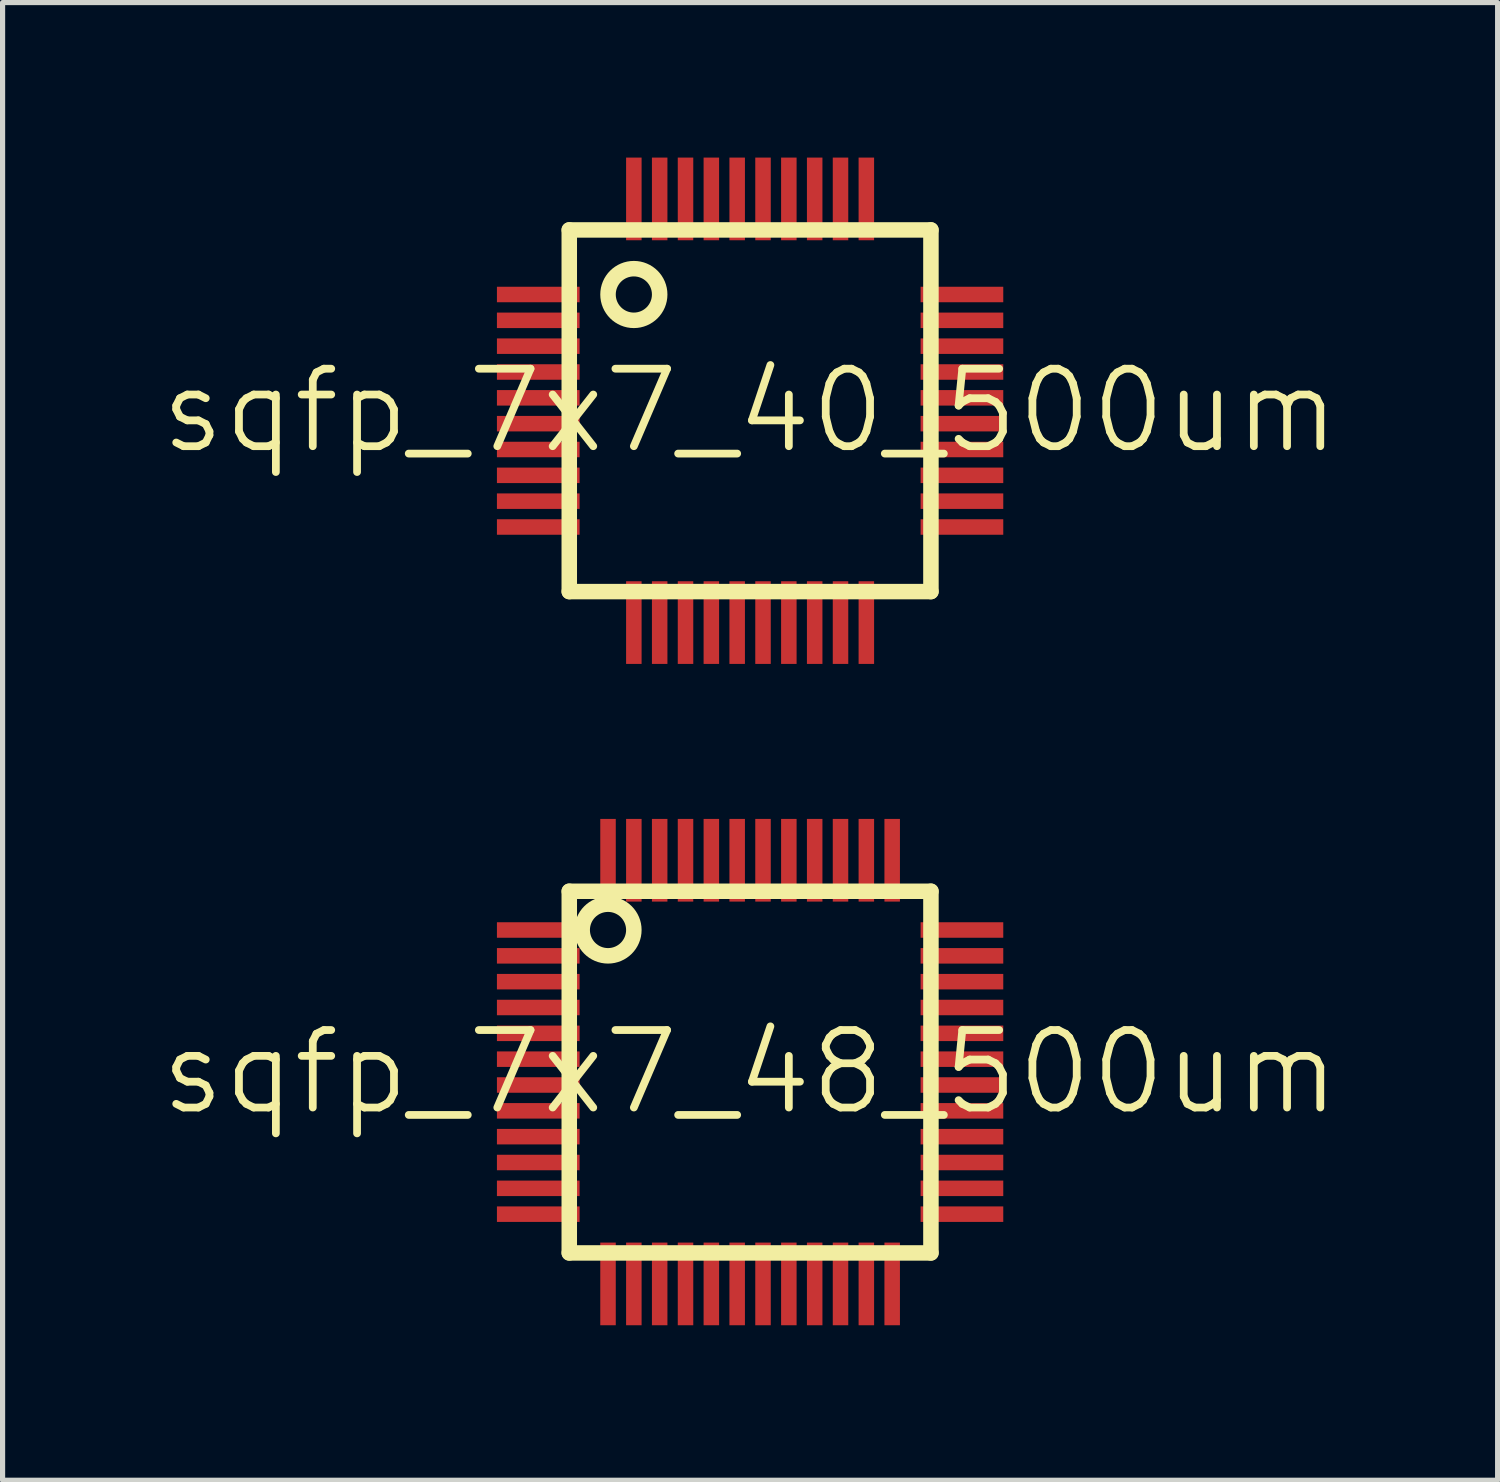
<source format=kicad_pcb>
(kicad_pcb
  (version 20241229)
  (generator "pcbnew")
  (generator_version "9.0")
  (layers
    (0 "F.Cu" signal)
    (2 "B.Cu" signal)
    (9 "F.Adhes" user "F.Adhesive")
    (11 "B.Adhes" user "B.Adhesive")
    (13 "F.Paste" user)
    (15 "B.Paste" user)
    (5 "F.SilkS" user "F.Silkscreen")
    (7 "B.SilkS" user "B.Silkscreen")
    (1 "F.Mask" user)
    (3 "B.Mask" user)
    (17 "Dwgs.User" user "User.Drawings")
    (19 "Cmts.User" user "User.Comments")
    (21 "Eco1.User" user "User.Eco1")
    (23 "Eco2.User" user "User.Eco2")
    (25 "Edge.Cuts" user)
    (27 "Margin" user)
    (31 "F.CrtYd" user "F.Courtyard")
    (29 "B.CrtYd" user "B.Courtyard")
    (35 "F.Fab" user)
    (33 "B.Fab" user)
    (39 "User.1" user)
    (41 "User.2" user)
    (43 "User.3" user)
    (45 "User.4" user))
  (footprint "sqfp_7x7_48_500um"
    (layer "F.Cu")
    (at 11.468 17.7)
    (property "Reference" "sqfp_7x7_48_500um" (at 0 0 0) (layer "F.SilkS") (effects (font (size 1.5 1.5) (thickness 0.15))))
    (attr through_hole)
    (fp_line (start -3.5 -3.5) (end 3.5 -3.5) (stroke (width 0.3) (type solid)) (layer "F.SilkS"))
    (fp_line (start -3.5 3.5) (end -3.5 -3.5) (stroke (width 0.3) (type solid)) (layer "F.SilkS"))
    (fp_line (start 3.5 -3.5) (end 3.5 3.5) (stroke (width 0.3) (type solid)) (layer "F.SilkS"))
    (fp_line (start 3.5 3.5) (end -3.5 3.5) (stroke (width 0.3) (type solid)) (layer "F.SilkS"))
    (fp_circle (center -2.75 -2.75) (end -2.25 -2.75) (stroke (width 0.3) (type solid)) (fill no) (layer "F.SilkS"))
    (pad "1" smd rect (at -4.1 -2.75 90) (size 0.3 1.6) (layers "F.Cu" "F.Mask" "F.Paste"))
    (pad "2" smd rect (at -4.1 -2.25 90) (size 0.3 1.6) (layers "F.Cu" "F.Mask" "F.Paste"))
    (pad "3" smd rect (at -4.1 -1.75 90) (size 0.3 1.6) (layers "F.Cu" "F.Mask" "F.Paste"))
    (pad "4" smd rect (at -4.1 -1.25 90) (size 0.3 1.6) (layers "F.Cu" "F.Mask" "F.Paste"))
    (pad "5" smd rect (at -4.1 -0.75 90) (size 0.3 1.6) (layers "F.Cu" "F.Mask" "F.Paste"))
    (pad "6" smd rect (at -4.1 -0.25 90) (size 0.3 1.6) (layers "F.Cu" "F.Mask" "F.Paste"))
    (pad "7" smd rect (at -4.1 0.25 90) (size 0.3 1.6) (layers "F.Cu" "F.Mask" "F.Paste"))
    (pad "8" smd rect (at -4.1 0.75 90) (size 0.3 1.6) (layers "F.Cu" "F.Mask" "F.Paste"))
    (pad "9" smd rect (at -4.1 1.25 90) (size 0.3 1.6) (layers "F.Cu" "F.Mask" "F.Paste"))
    (pad "10" smd rect (at -4.1 1.75 90) (size 0.3 1.6) (layers "F.Cu" "F.Mask" "F.Paste"))
    (pad "11" smd rect (at -4.1 2.25 90) (size 0.3 1.6) (layers "F.Cu" "F.Mask" "F.Paste"))
    (pad "12" smd rect (at -4.1 2.75 90) (size 0.3 1.6) (layers "F.Cu" "F.Mask" "F.Paste"))
    (pad "13" smd rect (at -2.75 4.1) (size 0.3 1.6) (layers "F.Cu" "F.Mask" "F.Paste"))
    (pad "14" smd rect (at -2.25 4.1) (size 0.3 1.6) (layers "F.Cu" "F.Mask" "F.Paste"))
    (pad "15" smd rect (at -1.75 4.1) (size 0.3 1.6) (layers "F.Cu" "F.Mask" "F.Paste"))
    (pad "16" smd rect (at -1.25 4.1) (size 0.3 1.6) (layers "F.Cu" "F.Mask" "F.Paste"))
    (pad "17" smd rect (at -0.75 4.1) (size 0.3 1.6) (layers "F.Cu" "F.Mask" "F.Paste"))
    (pad "18" smd rect (at -0.25 4.1) (size 0.3 1.6) (layers "F.Cu" "F.Mask" "F.Paste"))
    (pad "19" smd rect (at 0.25 4.1) (size 0.3 1.6) (layers "F.Cu" "F.Mask" "F.Paste"))
    (pad "20" smd rect (at 0.75 4.1) (size 0.3 1.6) (layers "F.Cu" "F.Mask" "F.Paste"))
    (pad "21" smd rect (at 1.25 4.1) (size 0.3 1.6) (layers "F.Cu" "F.Mask" "F.Paste"))
    (pad "22" smd rect (at 1.75 4.1) (size 0.3 1.6) (layers "F.Cu" "F.Mask" "F.Paste"))
    (pad "23" smd rect (at 2.25 4.1) (size 0.3 1.6) (layers "F.Cu" "F.Mask" "F.Paste"))
    (pad "24" smd rect (at 2.75 4.1) (size 0.3 1.6) (layers "F.Cu" "F.Mask" "F.Paste"))
    (pad "25" smd rect (at 4.1 2.75 90) (size 0.3 1.6) (layers "F.Cu" "F.Mask" "F.Paste"))
    (pad "26" smd rect (at 4.1 2.25 90) (size 0.3 1.6) (layers "F.Cu" "F.Mask" "F.Paste"))
    (pad "27" smd rect (at 4.1 1.75 90) (size 0.3 1.6) (layers "F.Cu" "F.Mask" "F.Paste"))
    (pad "28" smd rect (at 4.1 1.25 90) (size 0.3 1.6) (layers "F.Cu" "F.Mask" "F.Paste"))
    (pad "29" smd rect (at 4.1 0.75 90) (size 0.3 1.6) (layers "F.Cu" "F.Mask" "F.Paste"))
    (pad "30" smd rect (at 4.1 0.25 90) (size 0.3 1.6) (layers "F.Cu" "F.Mask" "F.Paste"))
    (pad "31" smd rect (at 4.1 -0.25 90) (size 0.3 1.6) (layers "F.Cu" "F.Mask" "F.Paste"))
    (pad "32" smd rect (at 4.1 -0.75 90) (size 0.3 1.6) (layers "F.Cu" "F.Mask" "F.Paste"))
    (pad "33" smd rect (at 4.1 -1.25 90) (size 0.3 1.6) (layers "F.Cu" "F.Mask" "F.Paste"))
    (pad "34" smd rect (at 4.1 -1.75 90) (size 0.3 1.6) (layers "F.Cu" "F.Mask" "F.Paste"))
    (pad "35" smd rect (at 4.1 -2.25 90) (size 0.3 1.6) (layers "F.Cu" "F.Mask" "F.Paste"))
    (pad "36" smd rect (at 4.1 -2.75 90) (size 0.3 1.6) (layers "F.Cu" "F.Mask" "F.Paste"))
    (pad "37" smd rect (at 2.75 -4.1) (size 0.3 1.6) (layers "F.Cu" "F.Mask" "F.Paste"))
    (pad "38" smd rect (at 2.25 -4.1) (size 0.3 1.6) (layers "F.Cu" "F.Mask" "F.Paste"))
    (pad "39" smd rect (at 1.75 -4.1) (size 0.3 1.6) (layers "F.Cu" "F.Mask" "F.Paste"))
    (pad "40" smd rect (at 1.25 -4.1) (size 0.3 1.6) (layers "F.Cu" "F.Mask" "F.Paste"))
    (pad "41" smd rect (at 0.75 -4.1) (size 0.3 1.6) (layers "F.Cu" "F.Mask" "F.Paste"))
    (pad "42" smd rect (at 0.25 -4.1) (size 0.3 1.6) (layers "F.Cu" "F.Mask" "F.Paste"))
    (pad "43" smd rect (at -0.25 -4.1) (size 0.3 1.6) (layers "F.Cu" "F.Mask" "F.Paste"))
    (pad "44" smd rect (at -0.75 -4.1) (size 0.3 1.6) (layers "F.Cu" "F.Mask" "F.Paste"))
    (pad "45" smd rect (at -1.25 -4.1) (size 0.3 1.6) (layers "F.Cu" "F.Mask" "F.Paste"))
    (pad "46" smd rect (at -1.75 -4.1) (size 0.3 1.6) (layers "F.Cu" "F.Mask" "F.Paste"))
    (pad "47" smd rect (at -2.25 -4.1) (size 0.3 1.6) (layers "F.Cu" "F.Mask" "F.Paste"))
    (pad "48" smd rect (at -2.75 -4.1) (size 0.3 1.6) (layers "F.Cu" "F.Mask" "F.Paste")))
  (footprint "sqfp_7x7_40_500um"
    (layer "F.Cu")
    (at 11.468 4.9)
    (property "Reference" "sqfp_7x7_40_500um" (at 0 0 0) (layer "F.SilkS") (effects (font (size 1.5 1.5) (thickness 0.15))))
    (attr through_hole)
    (fp_line (start -3.5 -3.5) (end 3.5 -3.5) (stroke (width 0.3) (type solid)) (layer "F.SilkS"))
    (fp_line (start -3.5 3.5) (end -3.5 -3.5) (stroke (width 0.3) (type solid)) (layer "F.SilkS"))
    (fp_line (start 3.5 -3.5) (end 3.5 3.5) (stroke (width 0.3) (type solid)) (layer "F.SilkS"))
    (fp_line (start 3.5 3.5) (end -3.5 3.5) (stroke (width 0.3) (type solid)) (layer "F.SilkS"))
    (fp_circle (center -2.25 -2.25) (end -1.75 -2.25) (stroke (width 0.3) (type solid)) (fill no) (layer "F.SilkS"))
    (pad "1" smd rect (at -4.1 -2.25 90) (size 0.3 1.6) (layers "F.Cu" "F.Mask" "F.Paste"))
    (pad "2" smd rect (at -4.1 -1.75 90) (size 0.3 1.6) (layers "F.Cu" "F.Mask" "F.Paste"))
    (pad "3" smd rect (at -4.1 -1.25 90) (size 0.3 1.6) (layers "F.Cu" "F.Mask" "F.Paste"))
    (pad "4" smd rect (at -4.1 -0.75 90) (size 0.3 1.6) (layers "F.Cu" "F.Mask" "F.Paste"))
    (pad "5" smd rect (at -4.1 -0.25 90) (size 0.3 1.6) (layers "F.Cu" "F.Mask" "F.Paste"))
    (pad "6" smd rect (at -4.1 0.25 90) (size 0.3 1.6) (layers "F.Cu" "F.Mask" "F.Paste"))
    (pad "7" smd rect (at -4.1 0.75 90) (size 0.3 1.6) (layers "F.Cu" "F.Mask" "F.Paste"))
    (pad "8" smd rect (at -4.1 1.25 90) (size 0.3 1.6) (layers "F.Cu" "F.Mask" "F.Paste"))
    (pad "9" smd rect (at -4.1 1.75 90) (size 0.3 1.6) (layers "F.Cu" "F.Mask" "F.Paste"))
    (pad "10" smd rect (at -4.1 2.25 90) (size 0.3 1.6) (layers "F.Cu" "F.Mask" "F.Paste"))
    (pad "11" smd rect (at -2.25 4.1) (size 0.3 1.6) (layers "F.Cu" "F.Mask" "F.Paste"))
    (pad "12" smd rect (at -1.75 4.1) (size 0.3 1.6) (layers "F.Cu" "F.Mask" "F.Paste"))
    (pad "13" smd rect (at -1.25 4.1) (size 0.3 1.6) (layers "F.Cu" "F.Mask" "F.Paste"))
    (pad "14" smd rect (at -0.75 4.1) (size 0.3 1.6) (layers "F.Cu" "F.Mask" "F.Paste"))
    (pad "15" smd rect (at -0.25 4.1) (size 0.3 1.6) (layers "F.Cu" "F.Mask" "F.Paste"))
    (pad "16" smd rect (at 0.25 4.1) (size 0.3 1.6) (layers "F.Cu" "F.Mask" "F.Paste"))
    (pad "17" smd rect (at 0.75 4.1) (size 0.3 1.6) (layers "F.Cu" "F.Mask" "F.Paste"))
    (pad "18" smd rect (at 1.25 4.1) (size 0.3 1.6) (layers "F.Cu" "F.Mask" "F.Paste"))
    (pad "19" smd rect (at 1.75 4.1) (size 0.3 1.6) (layers "F.Cu" "F.Mask" "F.Paste"))
    (pad "20" smd rect (at 2.25 4.1) (size 0.3 1.6) (layers "F.Cu" "F.Mask" "F.Paste"))
    (pad "21" smd rect (at 4.1 2.25 90) (size 0.3 1.6) (layers "F.Cu" "F.Mask" "F.Paste"))
    (pad "22" smd rect (at 4.1 1.75 90) (size 0.3 1.6) (layers "F.Cu" "F.Mask" "F.Paste"))
    (pad "23" smd rect (at 4.1 1.25 90) (size 0.3 1.6) (layers "F.Cu" "F.Mask" "F.Paste"))
    (pad "24" smd rect (at 4.1 0.75 90) (size 0.3 1.6) (layers "F.Cu" "F.Mask" "F.Paste"))
    (pad "25" smd rect (at 4.1 0.25 90) (size 0.3 1.6) (layers "F.Cu" "F.Mask" "F.Paste"))
    (pad "26" smd rect (at 4.1 -0.25 90) (size 0.3 1.6) (layers "F.Cu" "F.Mask" "F.Paste"))
    (pad "27" smd rect (at 4.1 -0.75 90) (size 0.3 1.6) (layers "F.Cu" "F.Mask" "F.Paste"))
    (pad "28" smd rect (at 4.1 -1.25 90) (size 0.3 1.6) (layers "F.Cu" "F.Mask" "F.Paste"))
    (pad "29" smd rect (at 4.1 -1.75 90) (size 0.3 1.6) (layers "F.Cu" "F.Mask" "F.Paste"))
    (pad "30" smd rect (at 4.1 -2.25 90) (size 0.3 1.6) (layers "F.Cu" "F.Mask" "F.Paste"))
    (pad "31" smd rect (at 2.25 -4.1) (size 0.3 1.6) (layers "F.Cu" "F.Mask" "F.Paste"))
    (pad "32" smd rect (at 1.75 -4.1) (size 0.3 1.6) (layers "F.Cu" "F.Mask" "F.Paste"))
    (pad "33" smd rect (at 1.25 -4.1) (size 0.3 1.6) (layers "F.Cu" "F.Mask" "F.Paste"))
    (pad "34" smd rect (at 0.75 -4.1) (size 0.3 1.6) (layers "F.Cu" "F.Mask" "F.Paste"))
    (pad "35" smd rect (at 0.25 -4.1) (size 0.3 1.6) (layers "F.Cu" "F.Mask" "F.Paste"))
    (pad "36" smd rect (at -0.25 -4.1) (size 0.3 1.6) (layers "F.Cu" "F.Mask" "F.Paste"))
    (pad "37" smd rect (at -0.75 -4.1) (size 0.3 1.6) (layers "F.Cu" "F.Mask" "F.Paste"))
    (pad "38" smd rect (at -1.25 -4.1) (size 0.3 1.6) (layers "F.Cu" "F.Mask" "F.Paste"))
    (pad "39" smd rect (at -1.75 -4.1) (size 0.3 1.6) (layers "F.Cu" "F.Mask" "F.Paste"))
    (pad "40" smd rect (at -2.25 -4.1) (size 0.3 1.6) (layers "F.Cu" "F.Mask" "F.Paste")))
  (gr_rect
    (start -3 -3)
    (end 25.936 25.6)
    (stroke (width 0.1) (type default))
    (fill no)
    (layer "Edge.Cuts")))
</source>
